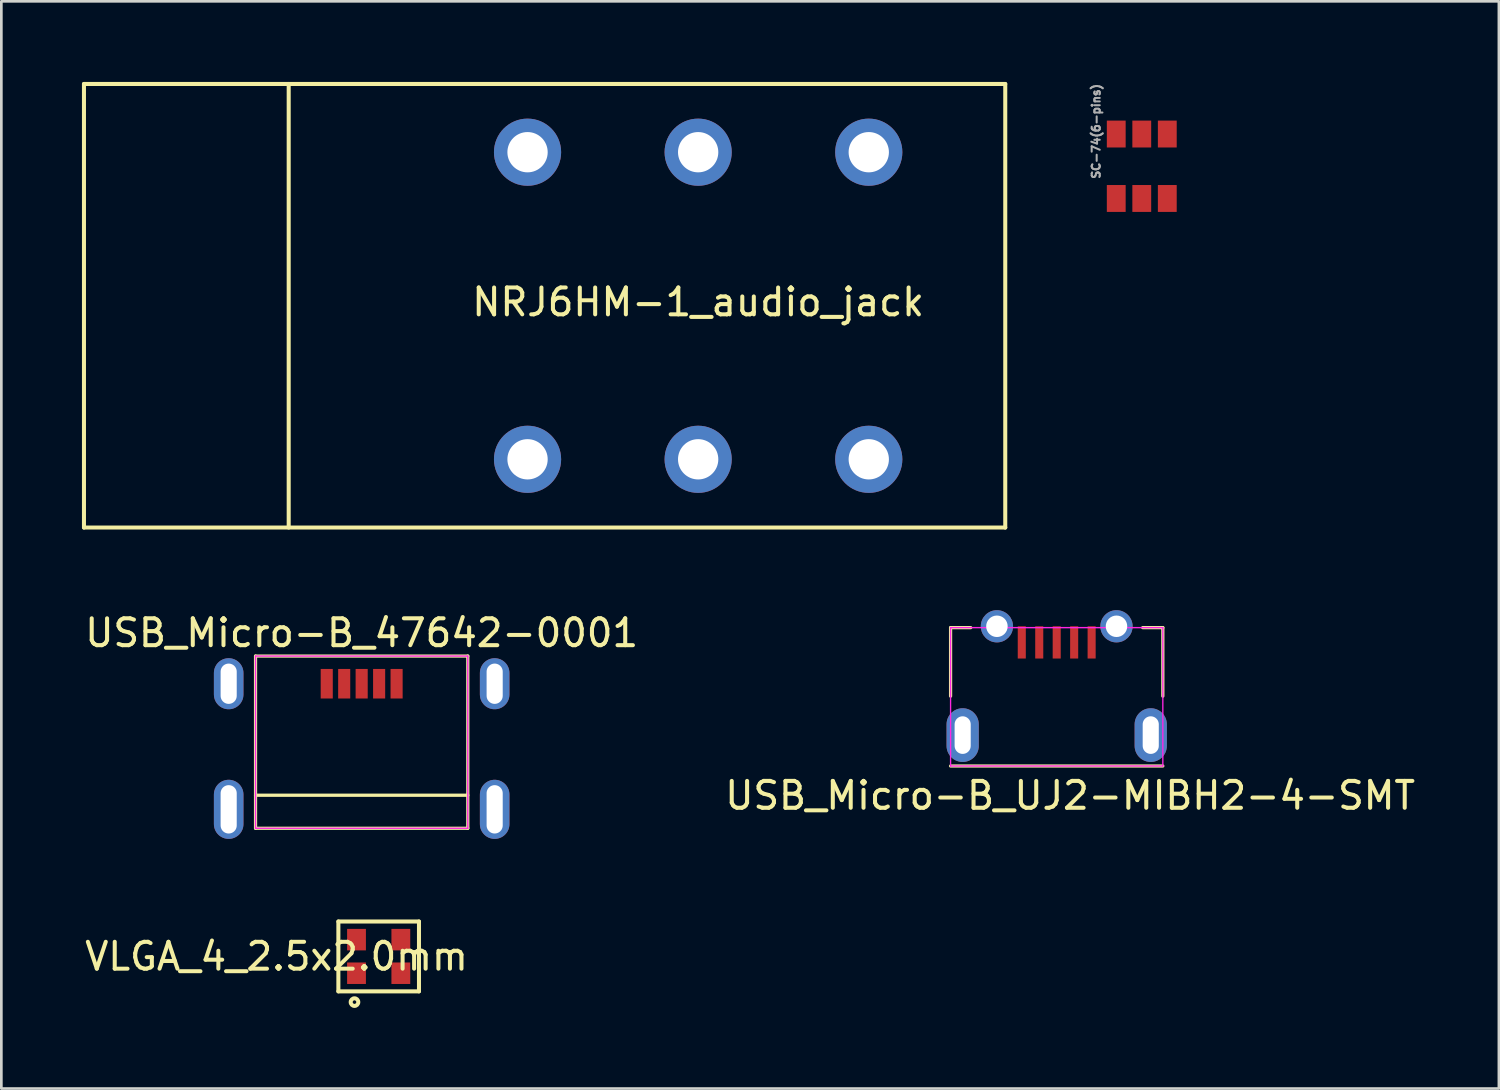
<source format=kicad_pcb>
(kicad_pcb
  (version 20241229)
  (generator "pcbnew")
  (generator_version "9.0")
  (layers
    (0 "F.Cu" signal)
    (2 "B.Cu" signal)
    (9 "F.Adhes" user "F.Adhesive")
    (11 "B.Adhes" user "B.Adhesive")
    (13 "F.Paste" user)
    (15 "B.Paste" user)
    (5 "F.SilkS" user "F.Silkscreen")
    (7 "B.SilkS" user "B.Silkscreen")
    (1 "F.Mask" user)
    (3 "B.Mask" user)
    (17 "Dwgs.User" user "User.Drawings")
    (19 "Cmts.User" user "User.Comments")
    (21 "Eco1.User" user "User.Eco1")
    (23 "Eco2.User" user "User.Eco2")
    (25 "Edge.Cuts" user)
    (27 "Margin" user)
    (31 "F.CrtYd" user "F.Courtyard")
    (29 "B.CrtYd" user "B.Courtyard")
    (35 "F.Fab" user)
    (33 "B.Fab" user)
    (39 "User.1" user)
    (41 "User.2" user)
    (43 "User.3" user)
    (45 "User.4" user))
  (footprint "SC-74(6-pins)"
    (layer "F.Cu")
    (at 39.446 3.138)
    (property "Reference" "SC-74(6-pins)" (at -1.699 -1.3 90) (layer "F.Fab") (effects (font (size 0.3 0.3) (thickness 0.075))))
    (attr smd)
    (fp_line (start -1.549 -0.851) (end 1.549 -0.851) (stroke (width 0.001) (type solid)) (layer "F.Fab"))
    (fp_line (start -1.549 0.201) (end -0.526 0.201) (stroke (width 0.001) (type solid)) (layer "F.Fab"))
    (fp_line (start -1.549 0.851) (end -1.549 -0.851) (stroke (width 0.001) (type solid)) (layer "F.Fab"))
    (fp_line (start -0.526 0.201) (end -0.526 0.851) (stroke (width 0.001) (type solid)) (layer "F.Fab"))
    (fp_line (start 1.549 -0.851) (end 1.549 0.851) (stroke (width 0.001) (type solid)) (layer "F.Fab"))
    (fp_line (start 1.549 0.851) (end -1.549 0.851) (stroke (width 0.001) (type solid)) (layer "F.Fab"))
    (pad "1" smd rect (at -0.95 1.199) (size 0.701 1.001) (layers "F.Cu" "F.Mask" "F.Paste"))
    (pad "2" smd rect (at 0 1.199) (size 0.701 1.001) (layers "F.Cu" "F.Mask" "F.Paste"))
    (pad "3" smd rect (at 0.95 1.199) (size 0.701 1.001) (layers "F.Cu" "F.Mask" "F.Paste"))
    (pad "4" smd rect (at 0.95 -1.199) (size 0.701 1.001) (layers "F.Cu" "F.Mask" "F.Paste"))
    (pad "5" smd rect (at 0 -1.199) (size 0.701 1.001) (layers "F.Cu" "F.Mask" "F.Paste"))
    (pad "6" smd rect (at -0.95 -1.199) (size 0.701 1.001) (layers "F.Cu" "F.Mask" "F.Paste")))
  (footprint "USB_Micro-B_47642-0001"
    (layer "F.Cu")
    (at 10.411 23.748)
    (property "Reference" "USB_Micro-B_47642-0001" (at 0 -3.24 0) (layer "F.SilkS") (effects (font (size 1 1) (thickness 0.15))))
    (attr smd)
    (fp_line (start -3.95 -2.38) (end 3.95 -2.38) (stroke (width 0.12) (type solid)) (layer "F.SilkS"))
    (fp_line (start -3.95 4.03) (end -3.95 -2.38) (stroke (width 0.12) (type solid)) (layer "F.SilkS"))
    (fp_line (start -3.95 4.03) (end 3.95 4.03) (stroke (width 0.12) (type solid)) (layer "F.SilkS"))
    (fp_line (start 3.95 -2.38) (end 3.95 4.03) (stroke (width 0.12) (type solid)) (layer "F.SilkS"))
    (fp_line (start 3.95 2.8) (end -3.95 2.8) (stroke (width 0.12) (type solid)) (layer "F.SilkS"))
    (fp_line (start -3.95 -2.38) (end 3.95 -2.38) (stroke (width 0.05) (type solid)) (layer "F.CrtYd"))
    (fp_line (start -3.95 4.03) (end -3.95 -2.38) (stroke (width 0.05) (type solid)) (layer "F.CrtYd"))
    (fp_line (start 3.95 -2.38) (end 3.95 4.03) (stroke (width 0.05) (type solid)) (layer "F.CrtYd"))
    (fp_line (start 3.95 4.03) (end -3.95 4.03) (stroke (width 0.05) (type solid)) (layer "F.CrtYd"))
    (pad "1" smd rect (at -1.3 -1.35 90) (size 1.1 0.45) (layers "F.Cu" "F.Mask" "F.Paste"))
    (pad "2" smd rect (at -0.65 -1.35 90) (size 1.1 0.45) (layers "F.Cu" "F.Mask" "F.Paste"))
    (pad "3" smd rect (at 0 -1.35 90) (size 1.1 0.45) (layers "F.Cu" "F.Mask" "F.Paste"))
    (pad "4" smd rect (at 0.65 -1.35 90) (size 1.1 0.45) (layers "F.Cu" "F.Mask" "F.Paste"))
    (pad "5" smd rect (at 1.3 -1.35 90) (size 1.1 0.45) (layers "F.Cu" "F.Mask" "F.Paste"))
    (pad "6" thru_hole oval (at -4.95 -1.35 90) (size 1.9 1.1) (drill oval 1.5 0.6) (layers "*.Cu" "*.Mask"))
    (pad "6" thru_hole oval (at -4.95 3.325 90) (size 2.2 1.1) (drill oval 1.8 0.6) (layers "*.Cu" "*.Mask"))
    (pad "6" thru_hole oval (at 4.95 -1.35 90) (size 1.9 1.1) (drill oval 1.5 0.6) (layers "*.Cu" "*.Mask"))
    (pad "6" thru_hole oval (at 4.95 3.325 90) (size 2.2 1.1) (drill oval 1.8 0.6) (layers "*.Cu" "*.Mask")))
  (footprint "NRJ6HM-1_audio_jack"
    (layer "F.Cu")
    (at 22.935 7.695)
    (property "Reference" "NRJ6HM-1_audio_jack" (at 0 0.5 0) (layer "F.SilkS") (effects (font (size 1 1) (thickness 0.15))))
    (attr through_hole)
    (fp_line (start -22.86 -7.62) (end -22.86 8.89) (stroke (width 0.15) (type solid)) (layer "F.SilkS"))
    (fp_line (start -22.86 8.89) (end 11.43 8.89) (stroke (width 0.15) (type solid)) (layer "F.SilkS"))
    (fp_line (start -15.24 8.89) (end -15.24 -7.62) (stroke (width 0.15) (type solid)) (layer "F.SilkS"))
    (fp_line (start 11.43 -7.62) (end -22.86 -7.62) (stroke (width 0.15) (type solid)) (layer "F.SilkS"))
    (fp_line (start 11.43 8.89) (end 11.43 -7.62) (stroke (width 0.15) (type solid)) (layer "F.SilkS"))
    (pad "1" thru_hole circle (at -6.35 6.35) (size 2.5 2.5) (drill 1.5) (layers "*.Cu" "*.Mask"))
    (pad "2" thru_hole circle (at 6.35 6.35) (size 2.5 2.5) (drill 1.5) (layers "*.Cu" "*.Mask"))
    (pad "3" thru_hole circle (at 0 6.35) (size 2.5 2.5) (drill 1.5) (layers "*.Cu" "*.Mask"))
    (pad "4" thru_hole circle (at -6.35 -5.08) (size 2.5 2.5) (drill 1.5) (layers "*.Cu" "*.Mask"))
    (pad "5" thru_hole circle (at 6.35 -5.08) (size 2.5 2.5) (drill 1.5) (layers "*.Cu" "*.Mask"))
    (pad "6" thru_hole circle (at 0 -5.08) (size 2.5 2.5) (drill 1.5) (layers "*.Cu" "*.Mask")))
  (footprint "USB_Micro-B_UJ2-MIBH2-4-SMT"
    (layer "F.Cu")
    (at 36.28 22.86)
    (property "Reference" "USB_Micro-B_UJ2-MIBH2-4-SMT" (at 0.5 3.7 0) (layer "F.SilkS") (effects (font (size 1 1) (thickness 0.15))))
    (attr smd)
    (fp_line (start -3.95 -2.55) (end -3.2 -2.55) (stroke (width 0.12) (type solid)) (layer "F.SilkS"))
    (fp_line (start -3.95 0) (end -3.95 -2.55) (stroke (width 0.12) (type solid)) (layer "F.SilkS"))
    (fp_line (start 3.95 -2.55) (end 3.2 -2.55) (stroke (width 0.12) (type solid)) (layer "F.SilkS"))
    (fp_line (start 3.95 -2.55) (end 3.95 0) (stroke (width 0.12) (type solid)) (layer "F.SilkS"))
    (fp_line (start 3.95 2.6) (end -3.95 2.6) (stroke (width 0.12) (type solid)) (layer "F.SilkS"))
    (fp_line (start -3.95 -2.55) (end 3.95 -2.55) (stroke (width 0.05) (type solid)) (layer "F.CrtYd"))
    (fp_line (start -3.95 2.6) (end -3.95 -2.55) (stroke (width 0.05) (type solid)) (layer "F.CrtYd"))
    (fp_line (start 3.95 -2.55) (end 3.95 2.6) (stroke (width 0.05) (type solid)) (layer "F.CrtYd"))
    (fp_line (start 3.95 2.6) (end -3.95 2.6) (stroke (width 0.05) (type solid)) (layer "F.CrtYd"))
    (pad "1" smd rect (at -1.3 -2 90) (size 1.2 0.3) (layers "F.Cu" "F.Mask" "F.Paste"))
    (pad "2" smd rect (at -0.65 -2 90) (size 1.2 0.3) (layers "F.Cu" "F.Mask" "F.Paste"))
    (pad "3" smd rect (at 0 -2 90) (size 1.2 0.3) (layers "F.Cu" "F.Mask" "F.Paste"))
    (pad "4" smd rect (at 0.65 -2 90) (size 1.2 0.3) (layers "F.Cu" "F.Mask" "F.Paste"))
    (pad "5" smd rect (at 1.3 -2 90) (size 1.2 0.3) (layers "F.Cu" "F.Mask" "F.Paste"))
    (pad "6" thru_hole oval (at -3.5 1.45 90) (size 2 1.2) (drill oval 1.4 0.6) (layers "*.Cu" "*.Mask"))
    (pad "6" thru_hole oval (at -2.225 -2.6 90) (size 1.2 1.2) (drill oval 0.8) (layers "*.Cu" "*.Mask"))
    (pad "6" thru_hole oval (at 2.225 -2.6 90) (size 1.2 1.2) (drill oval 0.8) (layers "*.Cu" "*.Mask"))
    (pad "6" thru_hole oval (at 3.5 1.45 90) (size 2 1.2) (drill oval 1.4 0.6) (layers "*.Cu" "*.Mask")))
  (footprint "VLGA_4_2.5x2.0mm"
    (layer "F.Cu")
    (at 11.044 32.548)
    (property "Reference" "VLGA_4_2.5x2.0mm" (at -3.8 0 0) (layer "F.SilkS") (effects (font (size 1 1) (thickness 0.15))))
    (attr through_hole)
    (fp_line (start -1.5 -1.3) (end -1.5 1.3) (stroke (width 0.15) (type solid)) (layer "F.SilkS"))
    (fp_line (start -1.5 1.3) (end 1.5 1.3) (stroke (width 0.15) (type solid)) (layer "F.SilkS"))
    (fp_line (start 1.5 -1.3) (end -1.5 -1.3) (stroke (width 0.15) (type solid)) (layer "F.SilkS"))
    (fp_line (start 1.5 1.3) (end 1.5 -1.3) (stroke (width 0.15) (type solid)) (layer "F.SilkS"))
    (fp_circle (center -0.9 1.7) (end -1 1.8) (stroke (width 0.15) (type solid)) (fill no) (layer "F.SilkS"))
    (pad "1" smd trapezoid (at -0.825 0.625) (size 0.7 0.8) (layers "F.Cu" "F.Mask" "F.Paste"))
    (pad "2" smd trapezoid (at 0.825 0.625) (size 0.7 0.8) (layers "F.Cu" "F.Mask" "F.Paste"))
    (pad "3" smd trapezoid (at 0.825 -0.625) (size 0.7 0.8) (layers "F.Cu" "F.Mask" "F.Paste"))
    (pad "4" smd trapezoid (at -0.825 -0.625) (size 0.7 0.8) (layers "F.Cu" "F.Mask" "F.Paste")))
  (gr_rect
    (start -3 -3)
    (end 52.738 37.465)
    (stroke (width 0.1) (type default))
    (fill no)
    (layer "Edge.Cuts")))
</source>
